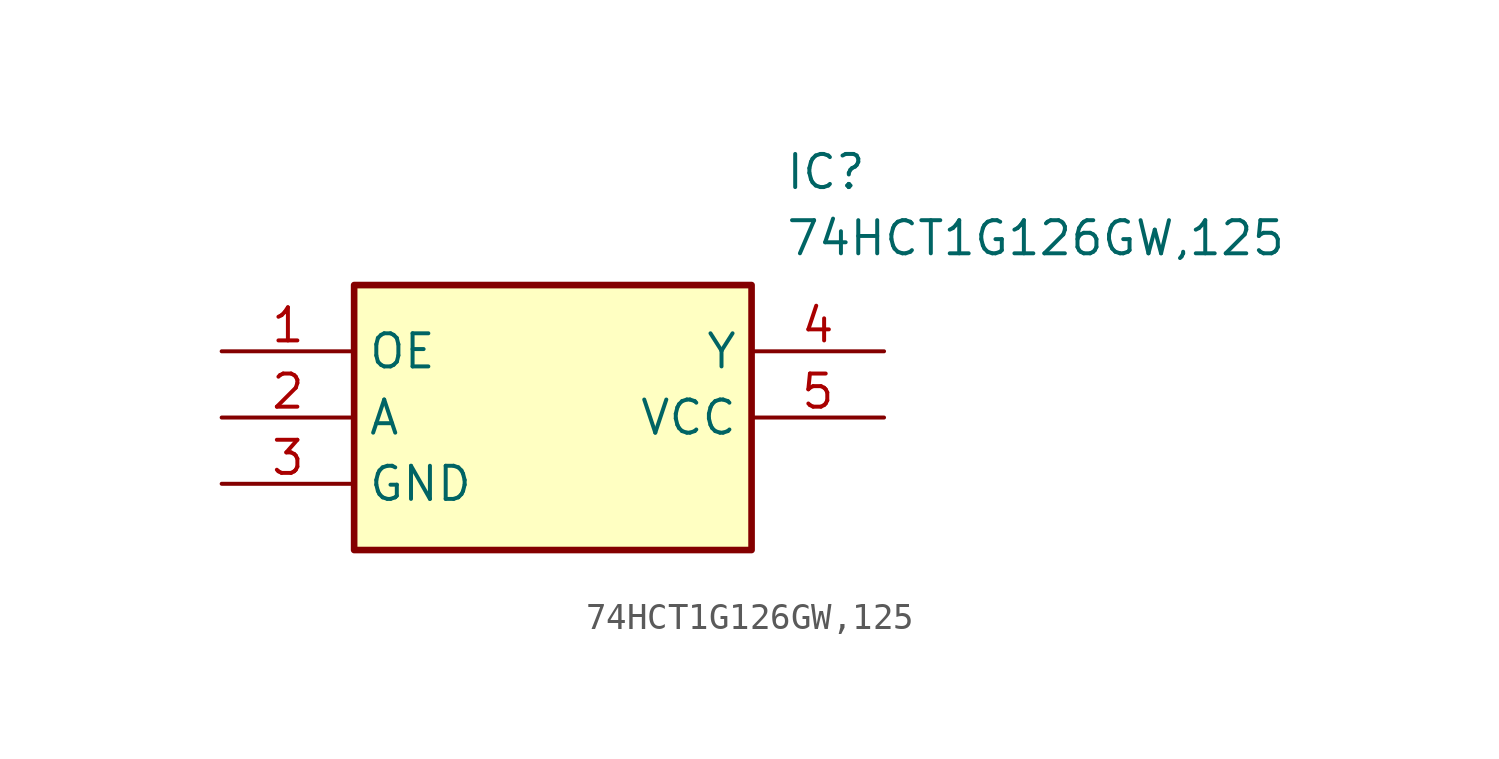
<source format=kicad_sym>
(kicad_symbol_lib
  (version 20211014)
  (generator SamacSys_ECAD_Model)
  (symbol "74HCT1G126GW,125"
    (property "Reference" "IC"
      (at 21.59 7.62 0)
      (effects (font (size 1.27 1.27)) (justify left top)))
    (property "Value" "74HCT1G126GW,125"
      (at 21.59 5.08 0)
      (effects (font (size 1.27 1.27)) (justify left top)))
    (rectangle
      (start 5.08 2.54)
      (end 20.32 -7.62)
      (stroke (width 0.254) (type default))
      (fill (type background)))
    (pin passive line
      (at 0 0 0)
      (length 5.08)
      (name "OE" (effects (font (size 1.27 1.27))))
      (number "1" (effects (font (size 1.27 1.27)))))
    (pin passive line
      (at 0 -2.54 0)
      (length 5.08)
      (name "A" (effects (font (size 1.27 1.27))))
      (number "2" (effects (font (size 1.27 1.27)))))
    (pin passive line
      (at 0 -5.08 0)
      (length 5.08)
      (name "GND" (effects (font (size 1.27 1.27))))
      (number "3" (effects (font (size 1.27 1.27)))))
    (pin passive line
      (at 25.4 0 180)
      (length 5.08)
      (name "Y" (effects (font (size 1.27 1.27))))
      (number "4" (effects (font (size 1.27 1.27)))))
    (pin passive line
      (at 25.4 -2.54 180)
      (length 5.08)
      (name "VCC" (effects (font (size 1.27 1.27))))
      (number "5" (effects (font (size 1.27 1.27)))))))
</source>
